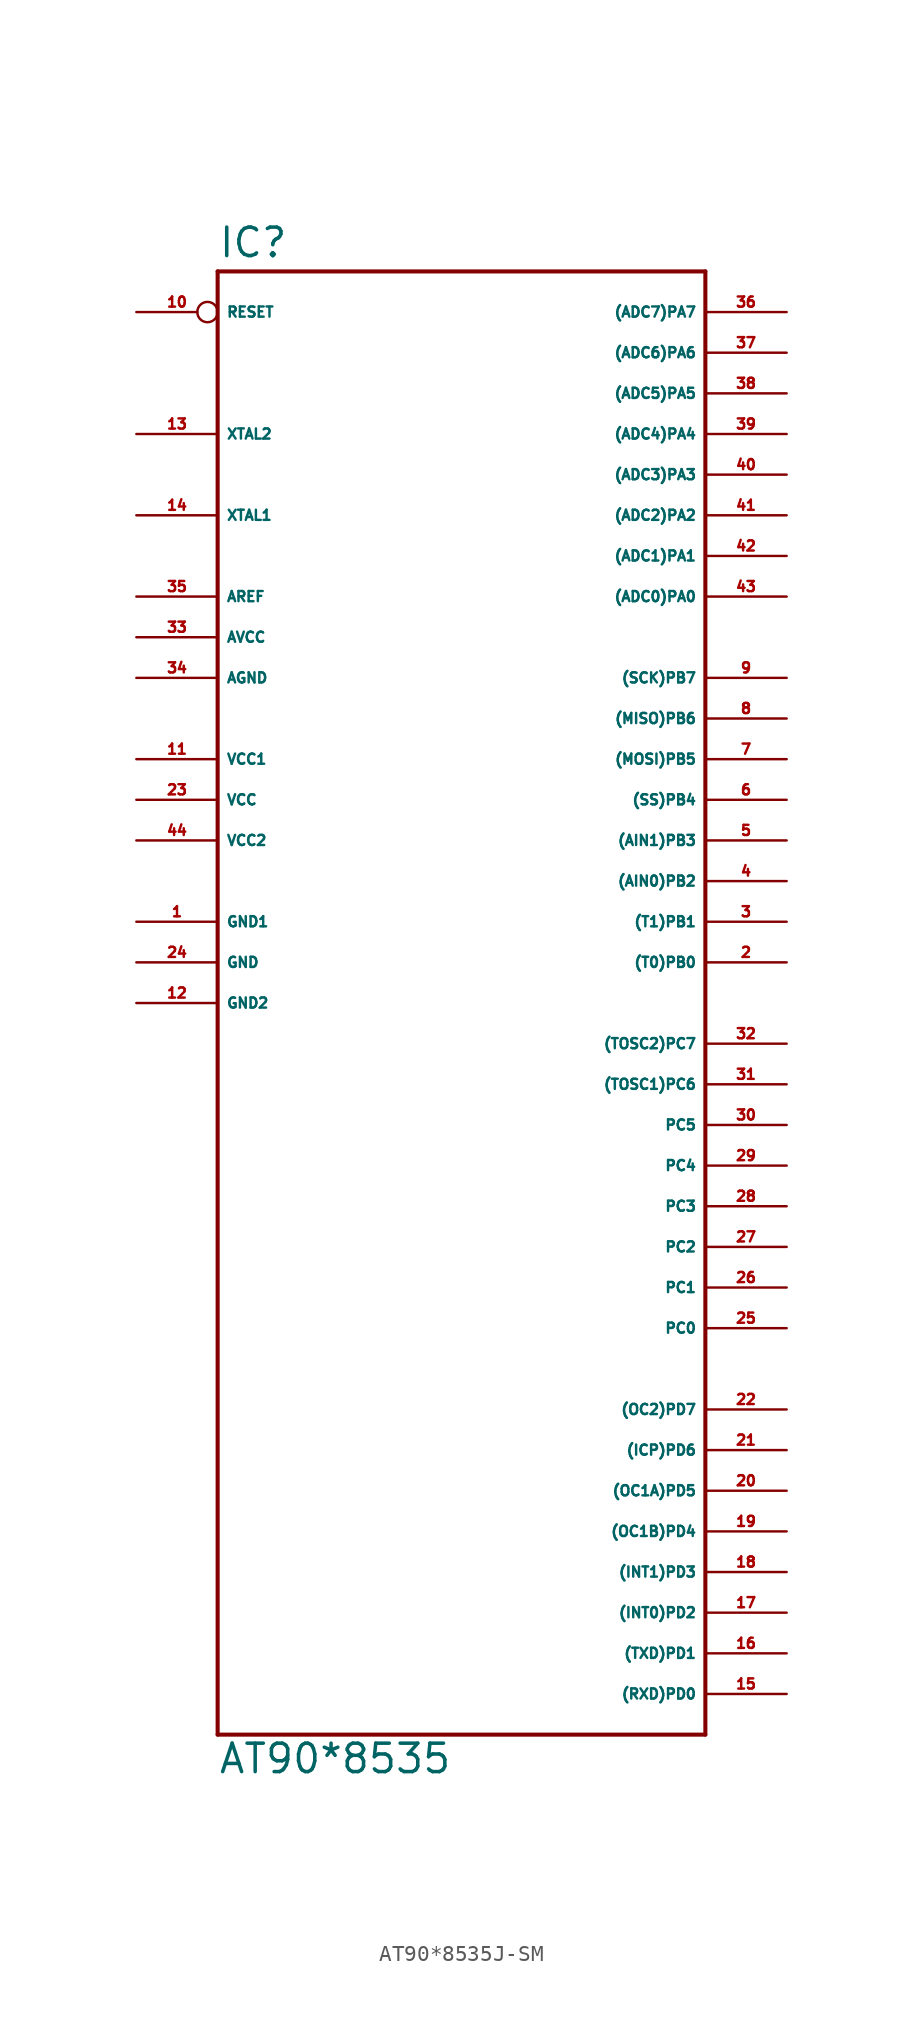
<source format=kicad_sym>
(kicad_symbol_lib
  (version 20220914)
  (generator Eagle2Kicad)
  (symbol "AT90*8535J-SM"
    (property "Reference" "IC"
      (at -15.24 43.942 0)
      (effects (font (size 1.778 1.778) (thickness 0.22)) (justify left bottom)))
    (property "Value" "AT90*8535"
      (at -15.24 -50.8 0)
      (effects (font (size 1.778 1.778) (thickness 0.22)) (justify left bottom)))
    (polyline
      (pts (xy -15.24 43.18) (xy 15.24 43.18))
      (stroke (width 0.254) (type default))
      (fill (type none)))
    (polyline
      (pts (xy 15.24 43.18) (xy 15.24 -48.26))
      (stroke (width 0.254) (type default))
      (fill (type none)))
    (polyline
      (pts (xy 15.24 -48.26) (xy -15.24 -48.26))
      (stroke (width 0.254) (type default))
      (fill (type none)))
    (polyline
      (pts (xy -15.24 -48.26) (xy -15.24 43.18))
      (stroke (width 0.254) (type default))
      (fill (type none)))
    (pin bidirectional line
      (at 20.32 40.64 180)
      (length 5.08)
      (name "(ADC7)PA7" (effects (font (size 0.635 0.635) (thickness 0.08)) (justify left bottom)))
      (number "36" (effects (font (size 0.635 0.635) (thickness 0.08)) (justify left bottom))))
    (pin bidirectional line
      (at 20.32 38.1 180)
      (length 5.08)
      (name "(ADC6)PA6" (effects (font (size 0.635 0.635) (thickness 0.08)) (justify left bottom)))
      (number "37" (effects (font (size 0.635 0.635) (thickness 0.08)) (justify left bottom))))
    (pin bidirectional line
      (at 20.32 35.56 180)
      (length 5.08)
      (name "(ADC5)PA5" (effects (font (size 0.635 0.635) (thickness 0.08)) (justify left bottom)))
      (number "38" (effects (font (size 0.635 0.635) (thickness 0.08)) (justify left bottom))))
    (pin bidirectional line
      (at 20.32 33.02 180)
      (length 5.08)
      (name "(ADC4)PA4" (effects (font (size 0.635 0.635) (thickness 0.08)) (justify left bottom)))
      (number "39" (effects (font (size 0.635 0.635) (thickness 0.08)) (justify left bottom))))
    (pin bidirectional line
      (at 20.32 30.48 180)
      (length 5.08)
      (name "(ADC3)PA3" (effects (font (size 0.635 0.635) (thickness 0.08)) (justify left bottom)))
      (number "40" (effects (font (size 0.635 0.635) (thickness 0.08)) (justify left bottom))))
    (pin bidirectional line
      (at 20.32 27.94 180)
      (length 5.08)
      (name "(ADC2)PA2" (effects (font (size 0.635 0.635) (thickness 0.08)) (justify left bottom)))
      (number "41" (effects (font (size 0.635 0.635) (thickness 0.08)) (justify left bottom))))
    (pin bidirectional line
      (at 20.32 25.4 180)
      (length 5.08)
      (name "(ADC1)PA1" (effects (font (size 0.635 0.635) (thickness 0.08)) (justify left bottom)))
      (number "42" (effects (font (size 0.635 0.635) (thickness 0.08)) (justify left bottom))))
    (pin bidirectional line
      (at 20.32 22.86 180)
      (length 5.08)
      (name "(ADC0)PA0" (effects (font (size 0.635 0.635) (thickness 0.08)) (justify left bottom)))
      (number "43" (effects (font (size 0.635 0.635) (thickness 0.08)) (justify left bottom))))
    (pin bidirectional line
      (at 20.32 17.78 180)
      (length 5.08)
      (name "(SCK)PB7" (effects (font (size 0.635 0.635) (thickness 0.08)) (justify left bottom)))
      (number "9" (effects (font (size 0.635 0.635) (thickness 0.08)) (justify left bottom))))
    (pin bidirectional line
      (at 20.32 15.24 180)
      (length 5.08)
      (name "(MISO)PB6" (effects (font (size 0.635 0.635) (thickness 0.08)) (justify left bottom)))
      (number "8" (effects (font (size 0.635 0.635) (thickness 0.08)) (justify left bottom))))
    (pin bidirectional line
      (at 20.32 12.7 180)
      (length 5.08)
      (name "(MOSI)PB5" (effects (font (size 0.635 0.635) (thickness 0.08)) (justify left bottom)))
      (number "7" (effects (font (size 0.635 0.635) (thickness 0.08)) (justify left bottom))))
    (pin bidirectional line
      (at 20.32 10.16 180)
      (length 5.08)
      (name "(SS)PB4" (effects (font (size 0.635 0.635) (thickness 0.08)) (justify left bottom)))
      (number "6" (effects (font (size 0.635 0.635) (thickness 0.08)) (justify left bottom))))
    (pin bidirectional line
      (at 20.32 7.62 180)
      (length 5.08)
      (name "(AIN1)PB3" (effects (font (size 0.635 0.635) (thickness 0.08)) (justify left bottom)))
      (number "5" (effects (font (size 0.635 0.635) (thickness 0.08)) (justify left bottom))))
    (pin bidirectional line
      (at 20.32 5.08 180)
      (length 5.08)
      (name "(AIN0)PB2" (effects (font (size 0.635 0.635) (thickness 0.08)) (justify left bottom)))
      (number "4" (effects (font (size 0.635 0.635) (thickness 0.08)) (justify left bottom))))
    (pin bidirectional line
      (at 20.32 2.54 180)
      (length 5.08)
      (name "(T1)PB1" (effects (font (size 0.635 0.635) (thickness 0.08)) (justify left bottom)))
      (number "3" (effects (font (size 0.635 0.635) (thickness 0.08)) (justify left bottom))))
    (pin bidirectional line
      (at 20.32 0 180)
      (length 5.08)
      (name "(T0)PB0" (effects (font (size 0.635 0.635) (thickness 0.08)) (justify left bottom)))
      (number "2" (effects (font (size 0.635 0.635) (thickness 0.08)) (justify left bottom))))
    (pin bidirectional line
      (at 20.32 -5.08 180)
      (length 5.08)
      (name "(TOSC2)PC7" (effects (font (size 0.635 0.635) (thickness 0.08)) (justify left bottom)))
      (number "32" (effects (font (size 0.635 0.635) (thickness 0.08)) (justify left bottom))))
    (pin bidirectional line
      (at 20.32 -7.62 180)
      (length 5.08)
      (name "(TOSC1)PC6" (effects (font (size 0.635 0.635) (thickness 0.08)) (justify left bottom)))
      (number "31" (effects (font (size 0.635 0.635) (thickness 0.08)) (justify left bottom))))
    (pin bidirectional line
      (at 20.32 -10.16 180)
      (length 5.08)
      (name "PC5" (effects (font (size 0.635 0.635) (thickness 0.08)) (justify left bottom)))
      (number "30" (effects (font (size 0.635 0.635) (thickness 0.08)) (justify left bottom))))
    (pin bidirectional line
      (at 20.32 -12.7 180)
      (length 5.08)
      (name "PC4" (effects (font (size 0.635 0.635) (thickness 0.08)) (justify left bottom)))
      (number "29" (effects (font (size 0.635 0.635) (thickness 0.08)) (justify left bottom))))
    (pin bidirectional line
      (at 20.32 -15.24 180)
      (length 5.08)
      (name "PC3" (effects (font (size 0.635 0.635) (thickness 0.08)) (justify left bottom)))
      (number "28" (effects (font (size 0.635 0.635) (thickness 0.08)) (justify left bottom))))
    (pin bidirectional line
      (at 20.32 -17.78 180)
      (length 5.08)
      (name "PC2" (effects (font (size 0.635 0.635) (thickness 0.08)) (justify left bottom)))
      (number "27" (effects (font (size 0.635 0.635) (thickness 0.08)) (justify left bottom))))
    (pin bidirectional line
      (at 20.32 -20.32 180)
      (length 5.08)
      (name "PC1" (effects (font (size 0.635 0.635) (thickness 0.08)) (justify left bottom)))
      (number "26" (effects (font (size 0.635 0.635) (thickness 0.08)) (justify left bottom))))
    (pin bidirectional line
      (at 20.32 -22.86 180)
      (length 5.08)
      (name "PC0" (effects (font (size 0.635 0.635) (thickness 0.08)) (justify left bottom)))
      (number "25" (effects (font (size 0.635 0.635) (thickness 0.08)) (justify left bottom))))
    (pin unspecified line
      (at -20.32 17.78 0)
      (length 5.08)
      (name "AGND" (effects (font (size 0.635 0.635) (thickness 0.08)) (justify left bottom)))
      (number "34" (effects (font (size 0.635 0.635) (thickness 0.08)) (justify left bottom))))
    (pin unspecified line
      (at -20.32 20.32 0)
      (length 5.08)
      (name "AVCC" (effects (font (size 0.635 0.635) (thickness 0.08)) (justify left bottom)))
      (number "33" (effects (font (size 0.635 0.635) (thickness 0.08)) (justify left bottom))))
    (pin passive line
      (at -20.32 22.86 0)
      (length 5.08)
      (name "AREF" (effects (font (size 0.635 0.635) (thickness 0.08)) (justify left bottom)))
      (number "35" (effects (font (size 0.635 0.635) (thickness 0.08)) (justify left bottom))))
    (pin bidirectional line
      (at -20.32 27.94 0)
      (length 5.08)
      (name "XTAL1" (effects (font (size 0.635 0.635) (thickness 0.08)) (justify left bottom)))
      (number "14" (effects (font (size 0.635 0.635) (thickness 0.08)) (justify left bottom))))
    (pin bidirectional line
      (at -20.32 33.02 0)
      (length 5.08)
      (name "XTAL2" (effects (font (size 0.635 0.635) (thickness 0.08)) (justify left bottom)))
      (number "13" (effects (font (size 0.635 0.635) (thickness 0.08)) (justify left bottom))))
    (pin unspecified line
      (at -20.32 2.54 0)
      (length 5.08)
      (name "GND1" (effects (font (size 0.635 0.635) (thickness 0.08)) (justify left bottom)))
      (number "1" (effects (font (size 0.635 0.635) (thickness 0.08)) (justify left bottom))))
    (pin unspecified line
      (at -20.32 -2.54 0)
      (length 5.08)
      (name "GND2" (effects (font (size 0.635 0.635) (thickness 0.08)) (justify left bottom)))
      (number "12" (effects (font (size 0.635 0.635) (thickness 0.08)) (justify left bottom))))
    (pin input inverted
      (at -20.32 40.64 0)
      (length 5.08)
      (name "RESET" (effects (font (size 0.635 0.635) (thickness 0.08)) (justify left bottom)))
      (number "10" (effects (font (size 0.635 0.635) (thickness 0.08)) (justify left bottom))))
    (pin bidirectional line
      (at 20.32 -45.72 180)
      (length 5.08)
      (name "(RXD)PD0" (effects (font (size 0.635 0.635) (thickness 0.08)) (justify left bottom)))
      (number "15" (effects (font (size 0.635 0.635) (thickness 0.08)) (justify left bottom))))
    (pin bidirectional line
      (at 20.32 -43.18 180)
      (length 5.08)
      (name "(TXD)PD1" (effects (font (size 0.635 0.635) (thickness 0.08)) (justify left bottom)))
      (number "16" (effects (font (size 0.635 0.635) (thickness 0.08)) (justify left bottom))))
    (pin bidirectional line
      (at 20.32 -40.64 180)
      (length 5.08)
      (name "(INT0)PD2" (effects (font (size 0.635 0.635) (thickness 0.08)) (justify left bottom)))
      (number "17" (effects (font (size 0.635 0.635) (thickness 0.08)) (justify left bottom))))
    (pin bidirectional line
      (at 20.32 -38.1 180)
      (length 5.08)
      (name "(INT1)PD3" (effects (font (size 0.635 0.635) (thickness 0.08)) (justify left bottom)))
      (number "18" (effects (font (size 0.635 0.635) (thickness 0.08)) (justify left bottom))))
    (pin bidirectional line
      (at 20.32 -35.56 180)
      (length 5.08)
      (name "(OC1B)PD4" (effects (font (size 0.635 0.635) (thickness 0.08)) (justify left bottom)))
      (number "19" (effects (font (size 0.635 0.635) (thickness 0.08)) (justify left bottom))))
    (pin bidirectional line
      (at 20.32 -33.02 180)
      (length 5.08)
      (name "(OC1A)PD5" (effects (font (size 0.635 0.635) (thickness 0.08)) (justify left bottom)))
      (number "20" (effects (font (size 0.635 0.635) (thickness 0.08)) (justify left bottom))))
    (pin bidirectional line
      (at 20.32 -30.48 180)
      (length 5.08)
      (name "(ICP)PD6" (effects (font (size 0.635 0.635) (thickness 0.08)) (justify left bottom)))
      (number "21" (effects (font (size 0.635 0.635) (thickness 0.08)) (justify left bottom))))
    (pin bidirectional line
      (at 20.32 -27.94 180)
      (length 5.08)
      (name "(OC2)PD7" (effects (font (size 0.635 0.635) (thickness 0.08)) (justify left bottom)))
      (number "22" (effects (font (size 0.635 0.635) (thickness 0.08)) (justify left bottom))))
    (pin unspecified line
      (at -20.32 12.7 0)
      (length 5.08)
      (name "VCC1" (effects (font (size 0.635 0.635) (thickness 0.08)) (justify left bottom)))
      (number "11" (effects (font (size 0.635 0.635) (thickness 0.08)) (justify left bottom))))
    (pin unspecified line
      (at -20.32 10.16 0)
      (length 5.08)
      (name "VCC" (effects (font (size 0.635 0.635) (thickness 0.08)) (justify left bottom)))
      (number "23" (effects (font (size 0.635 0.635) (thickness 0.08)) (justify left bottom))))
    (pin unspecified line
      (at -20.32 7.62 0)
      (length 5.08)
      (name "VCC2" (effects (font (size 0.635 0.635) (thickness 0.08)) (justify left bottom)))
      (number "44" (effects (font (size 0.635 0.635) (thickness 0.08)) (justify left bottom))))
    (pin unspecified line
      (at -20.32 0 0)
      (length 5.08)
      (name "GND" (effects (font (size 0.635 0.635) (thickness 0.08)) (justify left bottom)))
      (number "24" (effects (font (size 0.635 0.635) (thickness 0.08)) (justify left bottom))))))
</source>
